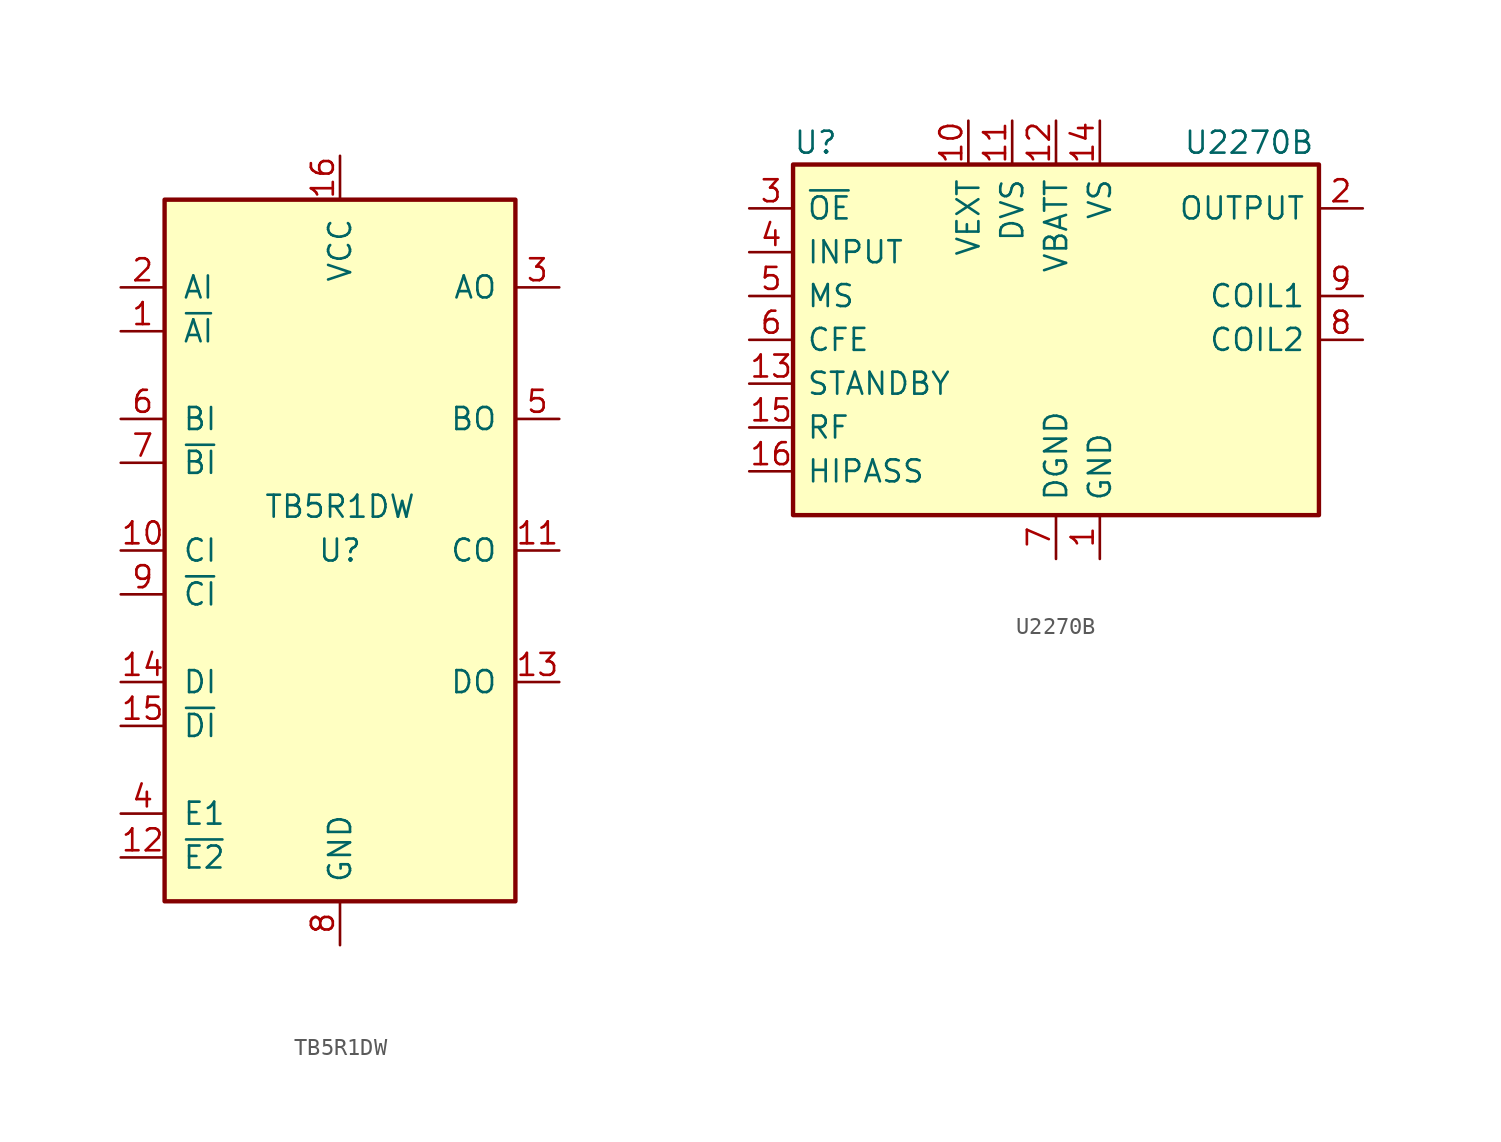
<source format=kicad_sym>
(kicad_symbol_lib
  (version 20241209)
  (generator "kicad_symbol_editor")
  (generator_version "9.0")
  (symbol "TB5R1DW"
    (pin_names
      (offset 1.016))
    (property "Reference" "U"
      (at 0 0 0)
      (effects (font (size 1.27 1.27))))
    (property "Value" "TB5R1DW"
      (at 0 2.54 0)
      (effects (font (size 1.27 1.27))))
    (symbol "TB5R1DW_0_1"
      (rectangle (start 10.16 -20.32) (end -10.16 20.32) (stroke (width 0.254) (type default)) (fill (type background))))
    (symbol "TB5R1DW_1_1"
      (pin input line (at -12.7 15.24 0) (length 2.54) (name "AI" (effects (font (size 1.27 1.27)))) (number "2" (effects (font (size 1.27 1.27)))))
      (pin input line (at -12.7 12.7 0) (length 2.54) (name "~{AI}" (effects (font (size 1.27 1.27)))) (number "1" (effects (font (size 1.27 1.27)))))
      (pin input line (at -12.7 7.62 0) (length 2.54) (name "BI" (effects (font (size 1.27 1.27)))) (number "6" (effects (font (size 1.27 1.27)))))
      (pin input line (at -12.7 5.08 0) (length 2.54) (name "~{BI}" (effects (font (size 1.27 1.27)))) (number "7" (effects (font (size 1.27 1.27)))))
      (pin input line (at -12.7 0 0) (length 2.54) (name "CI" (effects (font (size 1.27 1.27)))) (number "10" (effects (font (size 1.27 1.27)))))
      (pin input line (at -12.7 -2.54 0) (length 2.54) (name "~{CI}" (effects (font (size 1.27 1.27)))) (number "9" (effects (font (size 1.27 1.27)))))
      (pin input line (at -12.7 -7.62 0) (length 2.54) (name "DI" (effects (font (size 1.27 1.27)))) (number "14" (effects (font (size 1.27 1.27)))))
      (pin input line (at -12.7 -10.16 0) (length 2.54) (name "~{DI}" (effects (font (size 1.27 1.27)))) (number "15" (effects (font (size 1.27 1.27)))))
      (pin input line (at -12.7 -15.24 0) (length 2.54) (name "E1" (effects (font (size 1.27 1.27)))) (number "4" (effects (font (size 1.27 1.27)))))
      (pin input line (at -12.7 -17.78 0) (length 2.54) (name "~{E2}" (effects (font (size 1.27 1.27)))) (number "12" (effects (font (size 1.27 1.27)))))
      (pin power_in line (at 0 22.86 270) (length 2.54) (name "VCC" (effects (font (size 1.27 1.27)))) (number "16" (effects (font (size 1.27 1.27)))))
      (pin power_in line (at 0 -22.86 90) (length 2.54) (name "GND" (effects (font (size 1.27 1.27)))) (number "8" (effects (font (size 1.27 1.27)))))
      (pin output line (at 12.7 15.24 180) (length 2.54) (name "AO" (effects (font (size 1.27 1.27)))) (number "3" (effects (font (size 1.27 1.27)))))
      (pin output line (at 12.7 7.62 180) (length 2.54) (name "BO" (effects (font (size 1.27 1.27)))) (number "5" (effects (font (size 1.27 1.27)))))
      (pin output line (at 12.7 0 180) (length 2.54) (name "CO" (effects (font (size 1.27 1.27)))) (number "11" (effects (font (size 1.27 1.27)))))
      (pin output line (at 12.7 -7.62 180) (length 2.54) (name "DO" (effects (font (size 1.27 1.27)))) (number "13" (effects (font (size 1.27 1.27)))))))
  (symbol "U2270B"
    (pin_names
      (offset 0.762))
    (property "Reference" "U"
      (at -15.24 8.89 0)
      (effects (font (size 1.27 1.27)) (justify left)))
    (property "Value" "U2270B"
      (at 7.366 8.89 0)
      (effects (font (size 1.27 1.27)) (justify left)))
    (symbol "U2270B_0_1"
      (rectangle (start -15.24 7.62) (end 15.24 -12.7) (stroke (width 0.254) (type default)) (fill (type background))))
    (symbol "U2270B_1_1"
      (pin input line (at -17.78 5.08 0) (length 2.54) (name "~{OE}" (effects (font (size 1.27 1.27)))) (number "3" (effects (font (size 1.27 1.27)))))
      (pin input line (at -17.78 2.54 0) (length 2.54) (name "INPUT" (effects (font (size 1.27 1.27)))) (number "4" (effects (font (size 1.27 1.27)))))
      (pin input line (at -17.78 0 0) (length 2.54) (name "MS" (effects (font (size 1.27 1.27)))) (number "5" (effects (font (size 1.27 1.27)))))
      (pin input line (at -17.78 -2.54 0) (length 2.54) (name "CFE" (effects (font (size 1.27 1.27)))) (number "6" (effects (font (size 1.27 1.27)))))
      (pin input line (at -17.78 -5.08 0) (length 2.54) (name "STANDBY" (effects (font (size 1.27 1.27)))) (number "13" (effects (font (size 1.27 1.27)))))
      (pin input line (at -17.78 -7.62 0) (length 2.54) (name "RF" (effects (font (size 1.27 1.27)))) (number "15" (effects (font (size 1.27 1.27)))))
      (pin input line (at -17.78 -10.16 0) (length 2.54) (name "HIPASS" (effects (font (size 1.27 1.27)))) (number "16" (effects (font (size 1.27 1.27)))))
      (pin power_in line (at -5.08 10.16 270) (length 2.54) (name "VEXT" (effects (font (size 1.27 1.27)))) (number "10" (effects (font (size 1.27 1.27)))))
      (pin power_in line (at -2.54 10.16 270) (length 2.54) (name "DVS" (effects (font (size 1.27 1.27)))) (number "11" (effects (font (size 1.27 1.27)))))
      (pin power_in line (at 0 10.16 270) (length 2.54) (name "VBATT" (effects (font (size 1.27 1.27)))) (number "12" (effects (font (size 1.27 1.27)))))
      (pin power_in line (at 0 -15.24 90) (length 2.54) (name "DGND" (effects (font (size 1.27 1.27)))) (number "7" (effects (font (size 1.27 1.27)))))
      (pin power_in line (at 2.54 10.16 270) (length 2.54) (name "VS" (effects (font (size 1.27 1.27)))) (number "14" (effects (font (size 1.27 1.27)))))
      (pin power_in line (at 2.54 -15.24 90) (length 2.54) (name "GND" (effects (font (size 1.27 1.27)))) (number "1" (effects (font (size 1.27 1.27)))))
      (pin open_collector line (at 17.78 5.08 180) (length 2.54) (name "OUTPUT" (effects (font (size 1.27 1.27)))) (number "2" (effects (font (size 1.27 1.27)))))
      (pin output line (at 17.78 0 180) (length 2.54) (name "COIL1" (effects (font (size 1.27 1.27)))) (number "9" (effects (font (size 1.27 1.27)))))
      (pin output line (at 17.78 -2.54 180) (length 2.54) (name "COIL2" (effects (font (size 1.27 1.27)))) (number "8" (effects (font (size 1.27 1.27))))))))
</source>
